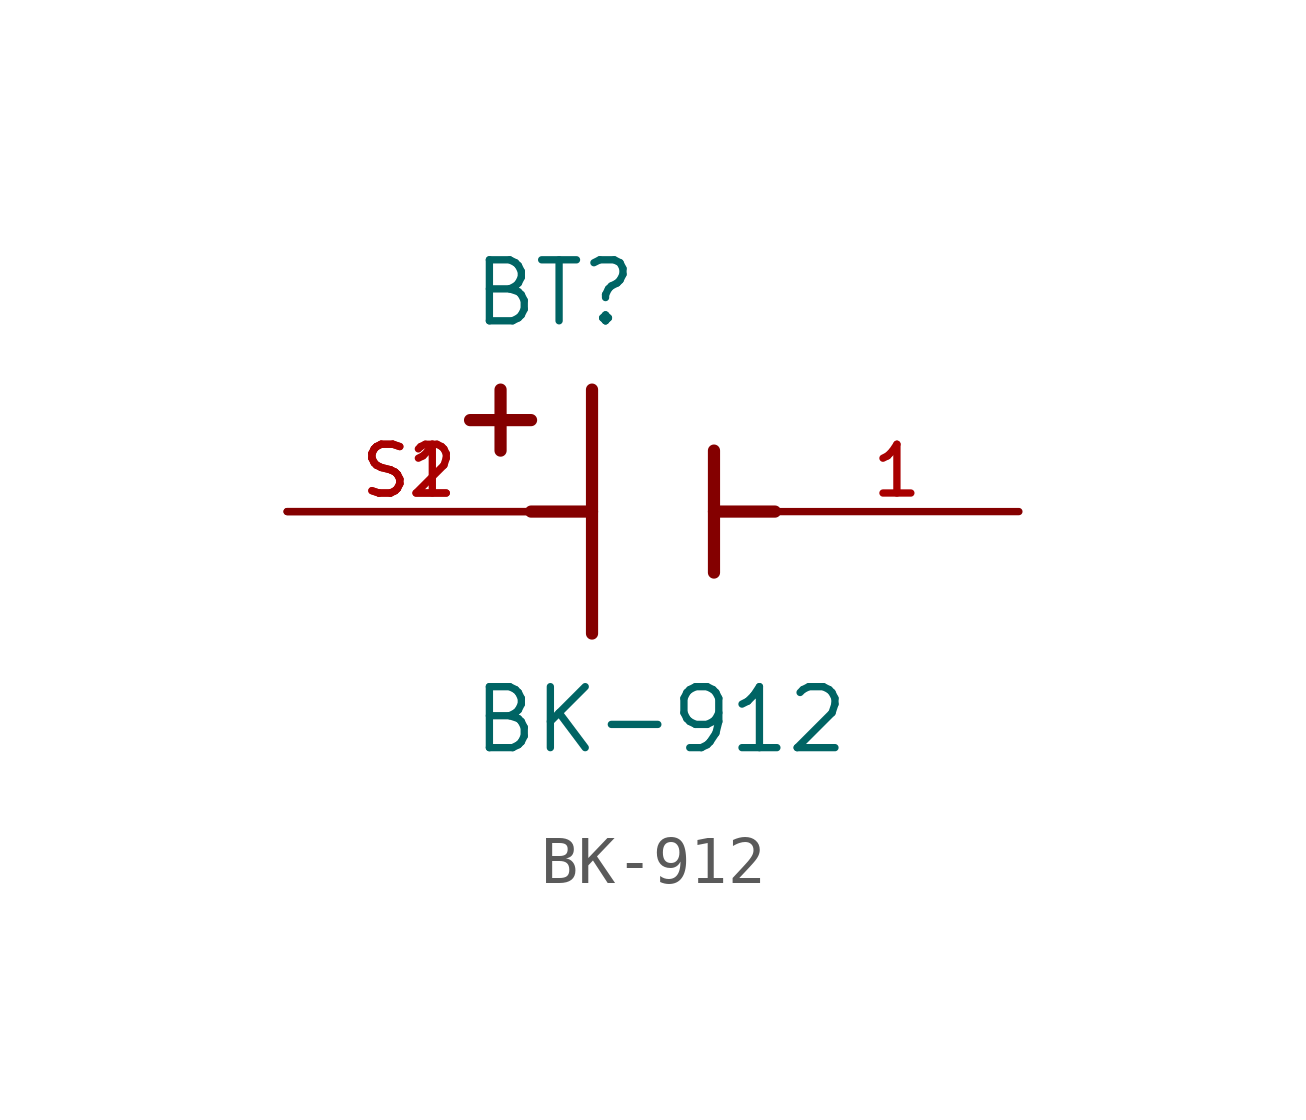
<source format=kicad_sym>
(kicad_symbol_lib
  (version 20241209)
  (generator "kicad_symbol_editor")
  (generator_version "9.0")
  (symbol "BK-912"
    (pin_names
      (offset 1.016))
    (property "Reference" "BT"
      (at -3.81 3.81 0)
      (effects (font (size 1.27 1.27)) (justify left bottom)))
    (property "Value" "BK-912"
      (at -3.81 -5.08 0)
      (effects (font (size 1.27 1.27)) (justify left bottom)))
    (symbol "BK-912_0_0"
      (polyline (pts (xy -3.81 1.905) (xy -2.54 1.905)) (stroke (width 0.254) (type default)) (fill (type none)))
      (polyline (pts (xy -3.175 2.54) (xy -3.175 1.27)) (stroke (width 0.254) (type default)) (fill (type none)))
      (polyline (pts (xy -1.27 2.54) (xy -1.27 -2.54)) (stroke (width 0.254) (type default)) (fill (type none)))
      (polyline (pts (xy -1.27 0) (xy -2.54 0)) (stroke (width 0.254) (type default)) (fill (type none)))
      (polyline (pts (xy 1.27 1.27) (xy 1.27 -1.27)) (stroke (width 0.254) (type default)) (fill (type none)))
      (polyline (pts (xy 1.27 0) (xy 2.54 0)) (stroke (width 0.254) (type default)) (fill (type none)))
      (pin power_out line (at -7.62 0 0) (length 5.08) (name "~" (effects (font (size 1.016 1.016)))) (number "S1" (effects (font (size 1.016 1.016)))))
      (pin power_out line (at -7.62 0 0) (length 5.08) (name "~" (effects (font (size 1.016 1.016)))) (number "S2" (effects (font (size 1.016 1.016)))))
      (pin power_out line (at 7.62 0 180) (length 5.08) (name "~" (effects (font (size 1.016 1.016)))) (number "1" (effects (font (size 1.016 1.016))))))))
</source>
